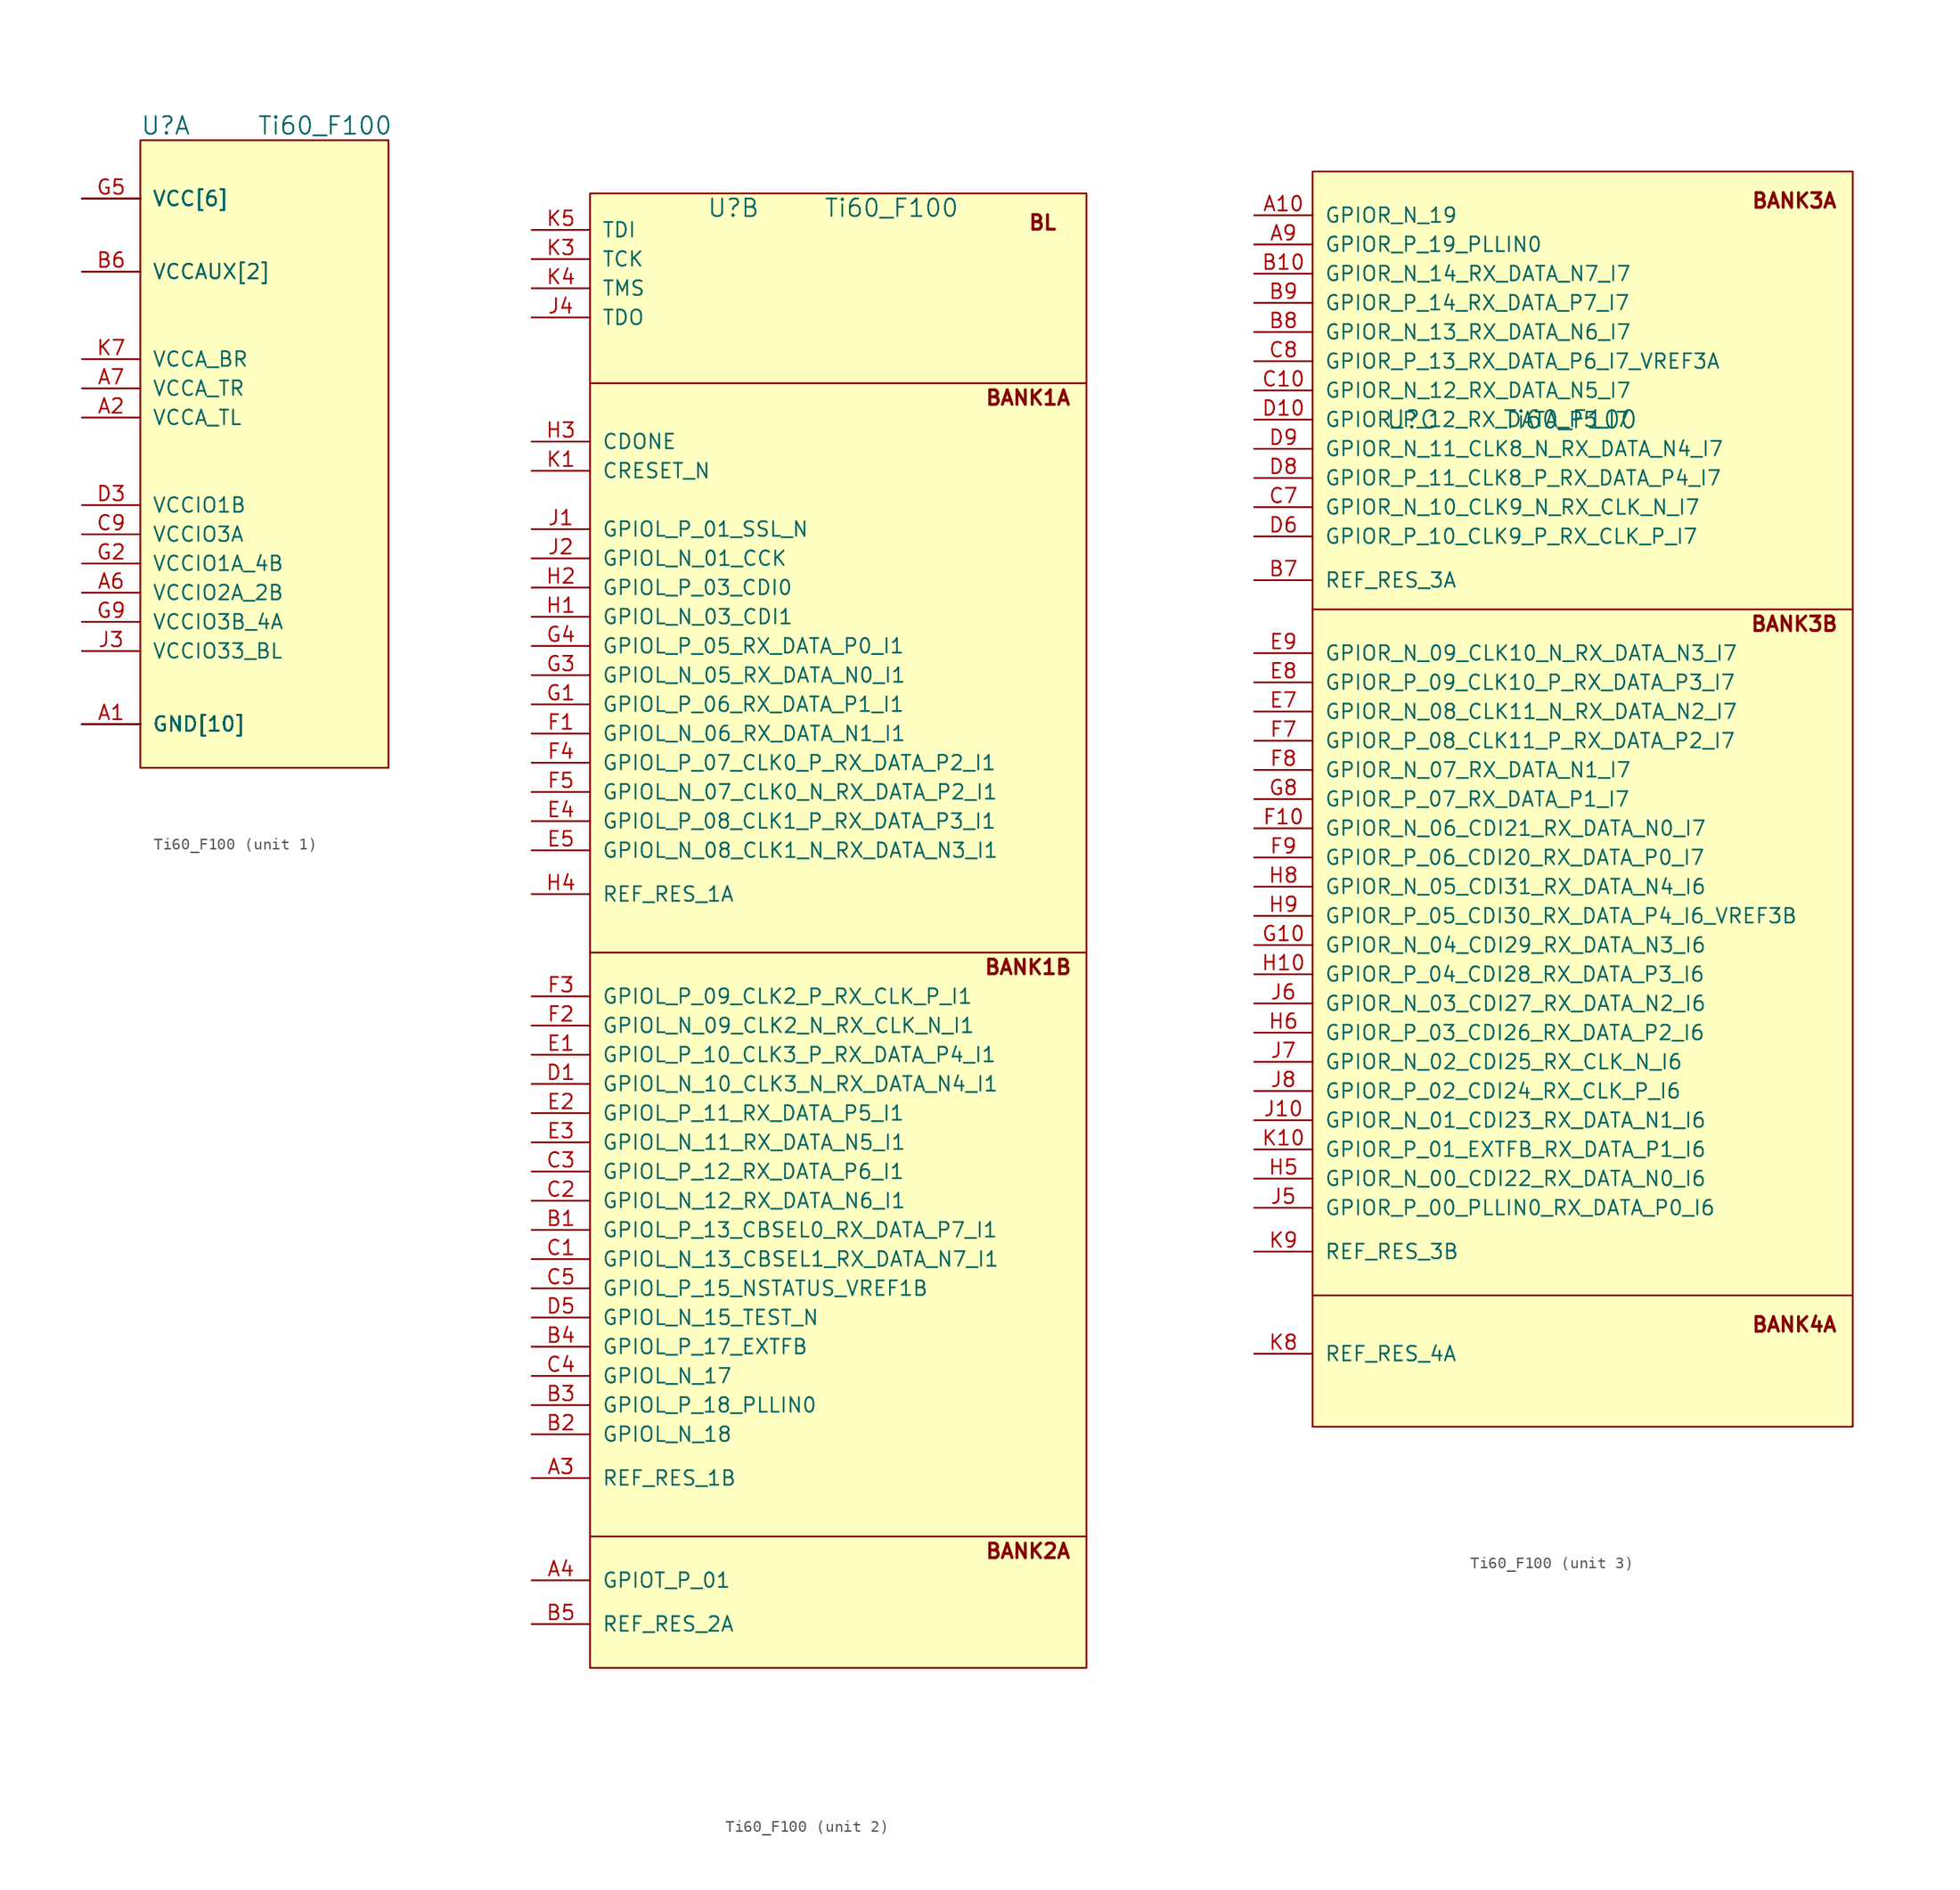
<source format=kicad_sym>
(kicad_symbol_lib
  (version 20210619)
  (generator kicad_symbol_editor)
  (symbol "ti60:Ti60_F100"
    (pin_names
      (offset 1.016))
    (property "Reference" "U"
      (at -8.89 26.67 0)
      (effects (font (size 1.524 1.524)) (justify left)))
    (property "Value" "Ti60_F100"
      (at 1.27 26.67 0)
      (effects (font (size 1.524 1.524)) (justify left)))
    (property "ki_locked" ""
      (at 0 0 0)
      (effects (font (size 1.27 1.27))))
    (symbol "Ti60_F100_1_1"
      (rectangle (start -8.89 25.4) (end 12.7 -29.21) (stroke (width 0)) (fill (type background)))
      (pin power_in line (at -13.97 -25.4 0) (length 5.08) (name "GND[10]" (effects (font (size 1.27 1.27)))) (number "A1" (effects (font (size 1.27 1.27)))))
      (pin power_in line (at -13.97 1.27 0) (length 5.08) (name "VCCA_TL" (effects (font (size 1.27 1.27)))) (number "A2" (effects (font (size 1.27 1.27)))))
      (pin power_in line (at -13.97 -25.4 0) (length 5.08) (name "GND[10]" (effects (font (size 1.27 1.27)))) (number "A5" (effects (font (size 0 0)))))
      (pin power_in line (at -13.97 -13.97 0) (length 5.08) (name "VCCIO2A_2B" (effects (font (size 1.27 1.27)))) (number "A6" (effects (font (size 1.27 1.27)))))
      (pin power_in line (at -13.97 3.81 0) (length 5.08) (name "VCCA_TR" (effects (font (size 1.27 1.27)))) (number "A7" (effects (font (size 1.27 1.27)))))
      (pin power_in line (at -13.97 -25.4 0) (length 5.08) (name "GND[10]" (effects (font (size 1.27 1.27)))) (number "A8" (effects (font (size 0 0)))))
      (pin power_in line (at -13.97 13.97 0) (length 5.08) (name "VCCAUX[2]" (effects (font (size 1.27 1.27)))) (number "B6" (effects (font (size 1.27 1.27)))))
      (pin power_in line (at -13.97 20.32 0) (length 5.08) (name "VCC[6]" (effects (font (size 1.27 1.27)))) (number "C6" (effects (font (size 0 0)))))
      (pin power_in line (at -13.97 -8.89 0) (length 5.08) (name "VCCIO3A" (effects (font (size 1.27 1.27)))) (number "C9" (effects (font (size 1.27 1.27)))))
      (pin power_in line (at -13.97 -25.4 0) (length 5.08) (name "GND[10]" (effects (font (size 1.27 1.27)))) (number "D2" (effects (font (size 0 0)))))
      (pin power_in line (at -13.97 -6.35 0) (length 5.08) (name "VCCIO1B" (effects (font (size 1.27 1.27)))) (number "D3" (effects (font (size 1.27 1.27)))))
      (pin power_in line (at -13.97 -25.4 0) (length 5.08) (name "GND[10]" (effects (font (size 1.27 1.27)))) (number "D4" (effects (font (size 0 0)))))
      (pin power_in line (at -13.97 20.32 0) (length 5.08) (name "VCC[6]" (effects (font (size 1.27 1.27)))) (number "D7" (effects (font (size 0 0)))))
      (pin power_in line (at -13.97 -25.4 0) (length 5.08) (name "GND[10]" (effects (font (size 1.27 1.27)))) (number "E10" (effects (font (size 0 0)))))
      (pin power_in line (at -13.97 20.32 0) (length 5.08) (name "VCC[6]" (effects (font (size 1.27 1.27)))) (number "E6" (effects (font (size 0 0)))))
      (pin power_in line (at -13.97 20.32 0) (length 5.08) (name "VCC[6]" (effects (font (size 1.27 1.27)))) (number "F6" (effects (font (size 0 0)))))
      (pin power_in line (at -13.97 -11.43 0) (length 5.08) (name "VCCIO1A_4B" (effects (font (size 1.27 1.27)))) (number "G2" (effects (font (size 1.27 1.27)))))
      (pin power_in line (at -13.97 20.32 0) (length 5.08) (name "VCC[6]" (effects (font (size 1.27 1.27)))) (number "G5" (effects (font (size 1.27 1.27)))))
      (pin power_in line (at -13.97 13.97 0) (length 5.08) (name "VCCAUX[2]" (effects (font (size 1.27 1.27)))) (number "G6" (effects (font (size 0 0)))))
      (pin power_in line (at -13.97 -25.4 0) (length 5.08) (name "GND[10]" (effects (font (size 1.27 1.27)))) (number "G7" (effects (font (size 0 0)))))
      (pin power_in line (at -13.97 -16.51 0) (length 5.08) (name "VCCIO3B_4A" (effects (font (size 1.27 1.27)))) (number "G9" (effects (font (size 1.27 1.27)))))
      (pin power_in line (at -13.97 20.32 0) (length 5.08) (name "VCC[6]" (effects (font (size 1.27 1.27)))) (number "H7" (effects (font (size 0 0)))))
      (pin power_in line (at -13.97 -19.05 0) (length 5.08) (name "VCCIO33_BL" (effects (font (size 1.27 1.27)))) (number "J3" (effects (font (size 1.27 1.27)))))
      (pin power_in line (at -13.97 -25.4 0) (length 5.08) (name "GND[10]" (effects (font (size 1.27 1.27)))) (number "J9" (effects (font (size 0 0)))))
      (pin power_in line (at -13.97 -25.4 0) (length 5.08) (name "GND[10]" (effects (font (size 1.27 1.27)))) (number "K2" (effects (font (size 0 0)))))
      (pin power_in line (at -13.97 -25.4 0) (length 5.08) (name "GND[10]" (effects (font (size 1.27 1.27)))) (number "K6" (effects (font (size 0 0)))))
      (pin power_in line (at -13.97 6.35 0) (length 5.08) (name "VCCA_BR" (effects (font (size 1.27 1.27)))) (number "K7" (effects (font (size 1.27 1.27))))))
    (symbol "Ti60_F100_2_1"
      (text "BANK1A" (at 19.05 10.16 0) (effects (font (size 1.27 1.27) bold)))
      (text "BANK1B" (at 19.05 -39.37 0) (effects (font (size 1.27 1.27) bold)))
      (text "BANK2A" (at 19.05 -90.17 0) (effects (font (size 1.27 1.27) bold)))
      (text "BL" (at 20.32 25.4 0) (effects (font (size 1.27 1.27) bold)))
      (rectangle (start -19.05 27.94) (end 24.13 -100.33) (stroke (width 0)) (fill (type background)))
      (polyline (pts (xy -19.05 -88.9) (xy 24.13 -88.9)) (stroke (width 0.152)) (fill (type none)))
      (polyline (pts (xy -19.05 -38.1) (xy 24.13 -38.1)) (stroke (width 0.152)) (fill (type none)))
      (polyline (pts (xy -19.05 11.43) (xy 24.13 11.43)) (stroke (width 0.152)) (fill (type none)))
      (pin bidirectional line (at -24.13 -83.82 0) (length 5.08) (name "REF_RES_1B" (effects (font (size 1.27 1.27)))) (number "A3" (effects (font (size 1.27 1.27)))))
      (pin bidirectional line (at -24.13 -92.71 0) (length 5.08) (name "GPIOT_P_01" (effects (font (size 1.27 1.27)))) (number "A4" (effects (font (size 1.27 1.27)))))
      (pin bidirectional line (at -24.13 -62.23 0) (length 5.08) (name "GPIOL_P_13_CBSEL0_RX_DATA_P7_I1" (effects (font (size 1.27 1.27)))) (number "B1" (effects (font (size 1.27 1.27)))))
      (pin bidirectional line (at -24.13 -80.01 0) (length 5.08) (name "GPIOL_N_18" (effects (font (size 1.27 1.27)))) (number "B2" (effects (font (size 1.27 1.27)))))
      (pin bidirectional line (at -24.13 -77.47 0) (length 5.08) (name "GPIOL_P_18_PLLIN0" (effects (font (size 1.27 1.27)))) (number "B3" (effects (font (size 1.27 1.27)))))
      (pin bidirectional line (at -24.13 -72.39 0) (length 5.08) (name "GPIOL_P_17_EXTFB" (effects (font (size 1.27 1.27)))) (number "B4" (effects (font (size 1.27 1.27)))))
      (pin bidirectional line (at -24.13 -96.52 0) (length 5.08) (name "REF_RES_2A" (effects (font (size 1.27 1.27)))) (number "B5" (effects (font (size 1.27 1.27)))))
      (pin bidirectional line (at -24.13 -64.77 0) (length 5.08) (name "GPIOL_N_13_CBSEL1_RX_DATA_N7_I1" (effects (font (size 1.27 1.27)))) (number "C1" (effects (font (size 1.27 1.27)))))
      (pin bidirectional line (at -24.13 -59.69 0) (length 5.08) (name "GPIOL_N_12_RX_DATA_N6_I1" (effects (font (size 1.27 1.27)))) (number "C2" (effects (font (size 1.27 1.27)))))
      (pin bidirectional line (at -24.13 -57.15 0) (length 5.08) (name "GPIOL_P_12_RX_DATA_P6_I1" (effects (font (size 1.27 1.27)))) (number "C3" (effects (font (size 1.27 1.27)))))
      (pin bidirectional line (at -24.13 -74.93 0) (length 5.08) (name "GPIOL_N_17" (effects (font (size 1.27 1.27)))) (number "C4" (effects (font (size 1.27 1.27)))))
      (pin bidirectional line (at -24.13 -67.31 0) (length 5.08) (name "GPIOL_P_15_NSTATUS_VREF1B" (effects (font (size 1.27 1.27)))) (number "C5" (effects (font (size 1.27 1.27)))))
      (pin bidirectional line (at -24.13 -49.53 0) (length 5.08) (name "GPIOL_N_10_CLK3_N_RX_DATA_N4_I1" (effects (font (size 1.27 1.27)))) (number "D1" (effects (font (size 1.27 1.27)))))
      (pin bidirectional line (at -24.13 -69.85 0) (length 5.08) (name "GPIOL_N_15_TEST_N" (effects (font (size 1.27 1.27)))) (number "D5" (effects (font (size 1.27 1.27)))))
      (pin bidirectional line (at -24.13 -46.99 0) (length 5.08) (name "GPIOL_P_10_CLK3_P_RX_DATA_P4_I1" (effects (font (size 1.27 1.27)))) (number "E1" (effects (font (size 1.27 1.27)))))
      (pin bidirectional line (at -24.13 -52.07 0) (length 5.08) (name "GPIOL_P_11_RX_DATA_P5_I1" (effects (font (size 1.27 1.27)))) (number "E2" (effects (font (size 1.27 1.27)))))
      (pin bidirectional line (at -24.13 -54.61 0) (length 5.08) (name "GPIOL_N_11_RX_DATA_N5_I1" (effects (font (size 1.27 1.27)))) (number "E3" (effects (font (size 1.27 1.27)))))
      (pin bidirectional line (at -24.13 -26.67 0) (length 5.08) (name "GPIOL_P_08_CLK1_P_RX_DATA_P3_I1" (effects (font (size 1.27 1.27)))) (number "E4" (effects (font (size 1.27 1.27)))))
      (pin bidirectional line (at -24.13 -29.21 0) (length 5.08) (name "GPIOL_N_08_CLK1_N_RX_DATA_N3_I1" (effects (font (size 1.27 1.27)))) (number "E5" (effects (font (size 1.27 1.27)))))
      (pin bidirectional line (at -24.13 -19.05 0) (length 5.08) (name "GPIOL_N_06_RX_DATA_N1_I1" (effects (font (size 1.27 1.27)))) (number "F1" (effects (font (size 1.27 1.27)))))
      (pin bidirectional line (at -24.13 -44.45 0) (length 5.08) (name "GPIOL_N_09_CLK2_N_RX_CLK_N_I1" (effects (font (size 1.27 1.27)))) (number "F2" (effects (font (size 1.27 1.27)))))
      (pin bidirectional line (at -24.13 -41.91 0) (length 5.08) (name "GPIOL_P_09_CLK2_P_RX_CLK_P_I1" (effects (font (size 1.27 1.27)))) (number "F3" (effects (font (size 1.27 1.27)))))
      (pin bidirectional line (at -24.13 -21.59 0) (length 5.08) (name "GPIOL_P_07_CLK0_P_RX_DATA_P2_I1" (effects (font (size 1.27 1.27)))) (number "F4" (effects (font (size 1.27 1.27)))))
      (pin bidirectional line (at -24.13 -24.13 0) (length 5.08) (name "GPIOL_N_07_CLK0_N_RX_DATA_P2_I1" (effects (font (size 1.27 1.27)))) (number "F5" (effects (font (size 1.27 1.27)))))
      (pin bidirectional line (at -24.13 -16.51 0) (length 5.08) (name "GPIOL_P_06_RX_DATA_P1_I1" (effects (font (size 1.27 1.27)))) (number "G1" (effects (font (size 1.27 1.27)))))
      (pin bidirectional line (at -24.13 -13.97 0) (length 5.08) (name "GPIOL_N_05_RX_DATA_N0_I1" (effects (font (size 1.27 1.27)))) (number "G3" (effects (font (size 1.27 1.27)))))
      (pin bidirectional line (at -24.13 -11.43 0) (length 5.08) (name "GPIOL_P_05_RX_DATA_P0_I1" (effects (font (size 1.27 1.27)))) (number "G4" (effects (font (size 1.27 1.27)))))
      (pin bidirectional line (at -24.13 -8.89 0) (length 5.08) (name "GPIOL_N_03_CDI1" (effects (font (size 1.27 1.27)))) (number "H1" (effects (font (size 1.27 1.27)))))
      (pin bidirectional line (at -24.13 -6.35 0) (length 5.08) (name "GPIOL_P_03_CDI0" (effects (font (size 1.27 1.27)))) (number "H2" (effects (font (size 1.27 1.27)))))
      (pin bidirectional line (at -24.13 6.35 0) (length 5.08) (name "CDONE" (effects (font (size 1.27 1.27)))) (number "H3" (effects (font (size 1.27 1.27)))))
      (pin bidirectional line (at -24.13 -33.02 0) (length 5.08) (name "REF_RES_1A" (effects (font (size 1.27 1.27)))) (number "H4" (effects (font (size 1.27 1.27)))))
      (pin bidirectional line (at -24.13 -1.27 0) (length 5.08) (name "GPIOL_P_01_SSL_N" (effects (font (size 1.27 1.27)))) (number "J1" (effects (font (size 1.27 1.27)))))
      (pin bidirectional line (at -24.13 -3.81 0) (length 5.08) (name "GPIOL_N_01_CCK" (effects (font (size 1.27 1.27)))) (number "J2" (effects (font (size 1.27 1.27)))))
      (pin bidirectional line (at -24.13 17.145 0) (length 5.08) (name "TDO" (effects (font (size 1.27 1.27)))) (number "J4" (effects (font (size 1.27 1.27)))))
      (pin bidirectional line (at -24.13 3.81 0) (length 5.08) (name "CRESET_N" (effects (font (size 1.27 1.27)))) (number "K1" (effects (font (size 1.27 1.27)))))
      (pin bidirectional line (at -24.13 22.225 0) (length 5.08) (name "TCK" (effects (font (size 1.27 1.27)))) (number "K3" (effects (font (size 1.27 1.27)))))
      (pin bidirectional line (at -24.13 19.685 0) (length 5.08) (name "TMS" (effects (font (size 1.27 1.27)))) (number "K4" (effects (font (size 1.27 1.27)))))
      (pin bidirectional line (at -24.13 24.765 0) (length 5.08) (name "TDI" (effects (font (size 1.27 1.27)))) (number "K5" (effects (font (size 1.27 1.27))))))
    (symbol "Ti60_F100_3_1"
      (text "BANK3A" (at 26.67 45.72 0) (effects (font (size 1.27 1.27) bold)))
      (text "BANK3B" (at 26.67 8.89 0) (effects (font (size 1.27 1.27) bold)))
      (text "BANK4A" (at 26.67 -52.07 0) (effects (font (size 1.27 1.27) bold)))
      (rectangle (start -15.24 48.26) (end 31.75 -60.96) (stroke (width 0)) (fill (type background)))
      (polyline (pts (xy -15.24 -49.53) (xy 31.75 -49.53)) (stroke (width 0.152)) (fill (type none)))
      (polyline (pts (xy 31.75 10.16) (xy -15.24 10.16)) (stroke (width 0.152)) (fill (type none)))
      (pin bidirectional line (at -20.32 44.45 0) (length 5.08) (name "GPIOR_N_19" (effects (font (size 1.27 1.27)))) (number "A10" (effects (font (size 1.27 1.27)))))
      (pin bidirectional line (at -20.32 41.91 0) (length 5.08) (name "GPIOR_P_19_PLLIN0" (effects (font (size 1.27 1.27)))) (number "A9" (effects (font (size 1.27 1.27)))))
      (pin bidirectional line (at -20.32 39.37 0) (length 5.08) (name "GPIOR_N_14_RX_DATA_N7_I7" (effects (font (size 1.27 1.27)))) (number "B10" (effects (font (size 1.27 1.27)))))
      (pin bidirectional line (at -20.32 12.7 0) (length 5.08) (name "REF_RES_3A" (effects (font (size 1.27 1.27)))) (number "B7" (effects (font (size 1.27 1.27)))))
      (pin bidirectional line (at -20.32 34.29 0) (length 5.08) (name "GPIOR_N_13_RX_DATA_N6_I7" (effects (font (size 1.27 1.27)))) (number "B8" (effects (font (size 1.27 1.27)))))
      (pin bidirectional line (at -20.32 36.83 0) (length 5.08) (name "GPIOR_P_14_RX_DATA_P7_I7" (effects (font (size 1.27 1.27)))) (number "B9" (effects (font (size 1.27 1.27)))))
      (pin bidirectional line (at -20.32 29.21 0) (length 5.08) (name "GPIOR_N_12_RX_DATA_N5_I7" (effects (font (size 1.27 1.27)))) (number "C10" (effects (font (size 1.27 1.27)))))
      (pin bidirectional line (at -20.32 19.05 0) (length 5.08) (name "GPIOR_N_10_CLK9_N_RX_CLK_N_I7" (effects (font (size 1.27 1.27)))) (number "C7" (effects (font (size 1.27 1.27)))))
      (pin bidirectional line (at -20.32 31.75 0) (length 5.08) (name "GPIOR_P_13_RX_DATA_P6_I7_VREF3A" (effects (font (size 1.27 1.27)))) (number "C8" (effects (font (size 1.27 1.27)))))
      (pin bidirectional line (at -20.32 26.67 0) (length 5.08) (name "GPIOR_P_12_RX_DATA_P5_I7" (effects (font (size 1.27 1.27)))) (number "D10" (effects (font (size 1.27 1.27)))))
      (pin bidirectional line (at -20.32 16.51 0) (length 5.08) (name "GPIOR_P_10_CLK9_P_RX_CLK_P_I7" (effects (font (size 1.27 1.27)))) (number "D6" (effects (font (size 1.27 1.27)))))
      (pin bidirectional line (at -20.32 21.59 0) (length 5.08) (name "GPIOR_P_11_CLK8_P_RX_DATA_P4_I7" (effects (font (size 1.27 1.27)))) (number "D8" (effects (font (size 1.27 1.27)))))
      (pin bidirectional line (at -20.32 24.13 0) (length 5.08) (name "GPIOR_N_11_CLK8_N_RX_DATA_N4_I7" (effects (font (size 1.27 1.27)))) (number "D9" (effects (font (size 1.27 1.27)))))
      (pin bidirectional line (at -20.32 1.27 0) (length 5.08) (name "GPIOR_N_08_CLK11_N_RX_DATA_N2_I7" (effects (font (size 1.27 1.27)))) (number "E7" (effects (font (size 1.27 1.27)))))
      (pin bidirectional line (at -20.32 3.81 0) (length 5.08) (name "GPIOR_P_09_CLK10_P_RX_DATA_P3_I7" (effects (font (size 1.27 1.27)))) (number "E8" (effects (font (size 1.27 1.27)))))
      (pin bidirectional line (at -20.32 6.35 0) (length 5.08) (name "GPIOR_N_09_CLK10_N_RX_DATA_N3_I7" (effects (font (size 1.27 1.27)))) (number "E9" (effects (font (size 1.27 1.27)))))
      (pin bidirectional line (at -20.32 -8.89 0) (length 5.08) (name "GPIOR_N_06_CDI21_RX_DATA_N0_I7" (effects (font (size 1.27 1.27)))) (number "F10" (effects (font (size 1.27 1.27)))))
      (pin bidirectional line (at -20.32 -1.27 0) (length 5.08) (name "GPIOR_P_08_CLK11_P_RX_DATA_P2_I7" (effects (font (size 1.27 1.27)))) (number "F7" (effects (font (size 1.27 1.27)))))
      (pin bidirectional line (at -20.32 -3.81 0) (length 5.08) (name "GPIOR_N_07_RX_DATA_N1_I7" (effects (font (size 1.27 1.27)))) (number "F8" (effects (font (size 1.27 1.27)))))
      (pin bidirectional line (at -20.32 -11.43 0) (length 5.08) (name "GPIOR_P_06_CDI20_RX_DATA_P0_I7" (effects (font (size 1.27 1.27)))) (number "F9" (effects (font (size 1.27 1.27)))))
      (pin bidirectional line (at -20.32 -19.05 0) (length 5.08) (name "GPIOR_N_04_CDI29_RX_DATA_N3_I6" (effects (font (size 1.27 1.27)))) (number "G10" (effects (font (size 1.27 1.27)))))
      (pin bidirectional line (at -20.32 -6.35 0) (length 5.08) (name "GPIOR_P_07_RX_DATA_P1_I7" (effects (font (size 1.27 1.27)))) (number "G8" (effects (font (size 1.27 1.27)))))
      (pin bidirectional line (at -20.32 -21.59 0) (length 5.08) (name "GPIOR_P_04_CDI28_RX_DATA_P3_I6" (effects (font (size 1.27 1.27)))) (number "H10" (effects (font (size 1.27 1.27)))))
      (pin bidirectional line (at -20.32 -39.37 0) (length 5.08) (name "GPIOR_N_00_CDI22_RX_DATA_N0_I6" (effects (font (size 1.27 1.27)))) (number "H5" (effects (font (size 1.27 1.27)))))
      (pin bidirectional line (at -20.32 -26.67 0) (length 5.08) (name "GPIOR_P_03_CDI26_RX_DATA_P2_I6" (effects (font (size 1.27 1.27)))) (number "H6" (effects (font (size 1.27 1.27)))))
      (pin bidirectional line (at -20.32 -13.97 0) (length 5.08) (name "GPIOR_N_05_CDI31_RX_DATA_N4_I6" (effects (font (size 1.27 1.27)))) (number "H8" (effects (font (size 1.27 1.27)))))
      (pin bidirectional line (at -20.32 -16.51 0) (length 5.08) (name "GPIOR_P_05_CDI30_RX_DATA_P4_I6_VREF3B" (effects (font (size 1.27 1.27)))) (number "H9" (effects (font (size 1.27 1.27)))))
      (pin bidirectional line (at -20.32 -34.29 0) (length 5.08) (name "GPIOR_N_01_CDI23_RX_DATA_N1_I6" (effects (font (size 1.27 1.27)))) (number "J10" (effects (font (size 1.27 1.27)))))
      (pin bidirectional line (at -20.32 -41.91 0) (length 5.08) (name "GPIOR_P_00_PLLIN0_RX_DATA_P0_I6" (effects (font (size 1.27 1.27)))) (number "J5" (effects (font (size 1.27 1.27)))))
      (pin bidirectional line (at -20.32 -24.13 0) (length 5.08) (name "GPIOR_N_03_CDI27_RX_DATA_N2_I6" (effects (font (size 1.27 1.27)))) (number "J6" (effects (font (size 1.27 1.27)))))
      (pin bidirectional line (at -20.32 -29.21 0) (length 5.08) (name "GPIOR_N_02_CDI25_RX_CLK_N_I6" (effects (font (size 1.27 1.27)))) (number "J7" (effects (font (size 1.27 1.27)))))
      (pin bidirectional line (at -20.32 -31.75 0) (length 5.08) (name "GPIOR_P_02_CDI24_RX_CLK_P_I6" (effects (font (size 1.27 1.27)))) (number "J8" (effects (font (size 1.27 1.27)))))
      (pin bidirectional line (at -20.32 -36.83 0) (length 5.08) (name "GPIOR_P_01_EXTFB_RX_DATA_P1_I6" (effects (font (size 1.27 1.27)))) (number "K10" (effects (font (size 1.27 1.27)))))
      (pin bidirectional line (at -20.32 -54.61 0) (length 5.08) (name "REF_RES_4A" (effects (font (size 1.27 1.27)))) (number "K8" (effects (font (size 1.27 1.27)))))
      (pin bidirectional line (at -20.32 -45.72 0) (length 5.08) (name "REF_RES_3B" (effects (font (size 1.27 1.27)))) (number "K9" (effects (font (size 1.27 1.27))))))))
</source>
